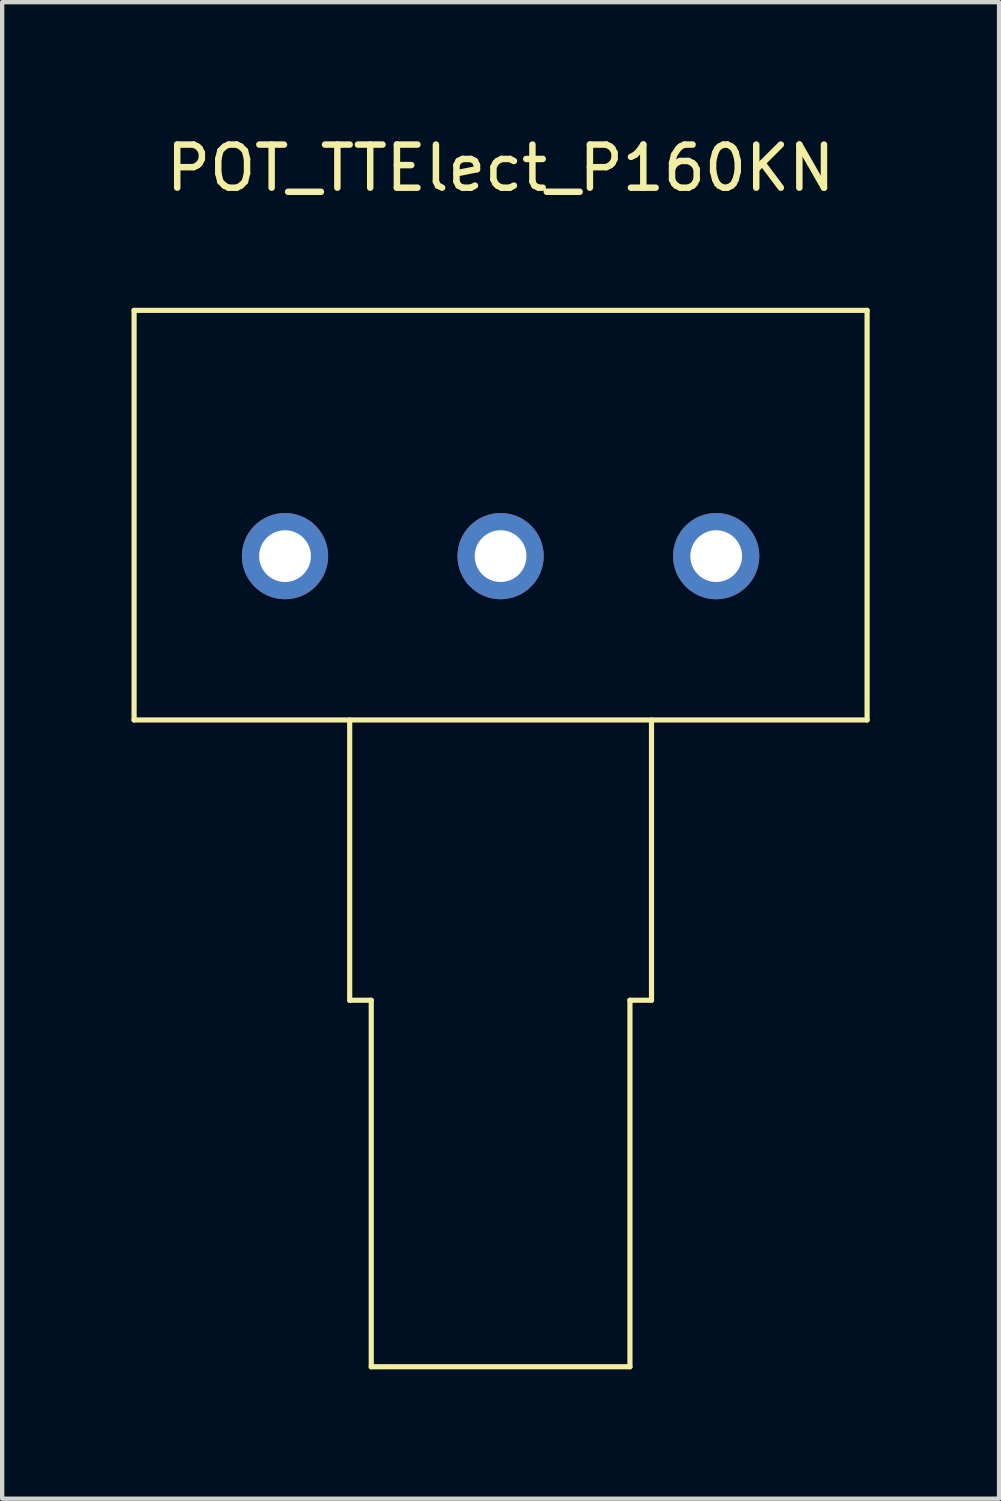
<source format=kicad_pcb>
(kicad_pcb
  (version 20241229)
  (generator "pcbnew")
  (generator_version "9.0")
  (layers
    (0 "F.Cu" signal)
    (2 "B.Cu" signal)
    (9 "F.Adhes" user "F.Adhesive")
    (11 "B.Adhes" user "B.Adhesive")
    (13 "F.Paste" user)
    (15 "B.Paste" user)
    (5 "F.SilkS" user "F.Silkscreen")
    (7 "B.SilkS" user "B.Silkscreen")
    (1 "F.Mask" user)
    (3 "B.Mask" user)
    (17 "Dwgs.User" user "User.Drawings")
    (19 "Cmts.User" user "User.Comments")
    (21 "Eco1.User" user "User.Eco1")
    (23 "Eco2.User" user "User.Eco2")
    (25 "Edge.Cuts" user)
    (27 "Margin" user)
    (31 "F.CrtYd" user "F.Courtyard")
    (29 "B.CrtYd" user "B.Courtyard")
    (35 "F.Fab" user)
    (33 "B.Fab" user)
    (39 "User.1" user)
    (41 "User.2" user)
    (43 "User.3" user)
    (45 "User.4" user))
  (footprint "POT_TTElect_P160KN"
    (layer "F.Cu")
    (at 8.56 9.848)
    (property "Reference" "POT_TTElect_P160KN" (at 0 -9 0) (layer "F.SilkS") (effects (font (size 1 1) (thickness 0.15))))
    (attr through_hole)
    (fp_line (start -8.5 -5.7) (end -8.5 3.8) (stroke (width 0.12) (type solid)) (layer "F.SilkS"))
    (fp_line (start -8.5 -5.7) (end 8.5 -5.7) (stroke (width 0.12) (type solid)) (layer "F.SilkS"))
    (fp_line (start -8.5 3.8) (end 8.5 3.8) (stroke (width 0.12) (type solid)) (layer "F.SilkS"))
    (fp_line (start -3.5 3.8) (end -3.5 10.3) (stroke (width 0.12) (type solid)) (layer "F.SilkS"))
    (fp_line (start -3.5 10.3) (end -3 10.3) (stroke (width 0.12) (type solid)) (layer "F.SilkS"))
    (fp_line (start -3 10.3) (end -3 18.8) (stroke (width 0.12) (type solid)) (layer "F.SilkS"))
    (fp_line (start -3 18.8) (end 3 18.8) (stroke (width 0.12) (type solid)) (layer "F.SilkS"))
    (fp_line (start 3 18.8) (end 3 10.3) (stroke (width 0.12) (type solid)) (layer "F.SilkS"))
    (fp_line (start 3.5 3.8) (end 3.5 10.3) (stroke (width 0.12) (type solid)) (layer "F.SilkS"))
    (fp_line (start 3.5 10.3) (end 3 10.3) (stroke (width 0.12) (type solid)) (layer "F.SilkS"))
    (fp_line (start 8.5 -5.7) (end 8.5 3.8) (stroke (width 0.12) (type solid)) (layer "F.SilkS"))
    (pad "1" thru_hole circle (at -5 0) (size 2 2) (drill 1.2) (layers "*.Cu" "*.Mask"))
    (pad "2" thru_hole circle (at 0 0) (size 2 2) (drill 1.2) (layers "*.Cu" "*.Mask"))
    (pad "3" thru_hole circle (at 5 0) (size 2 2) (drill 1.2) (layers "*.Cu" "*.Mask")))
  (gr_rect
    (start -3 -3)
    (end 20.12 31.708)
    (stroke (width 0.1) (type default))
    (fill no)
    (layer "Edge.Cuts")))
</source>
